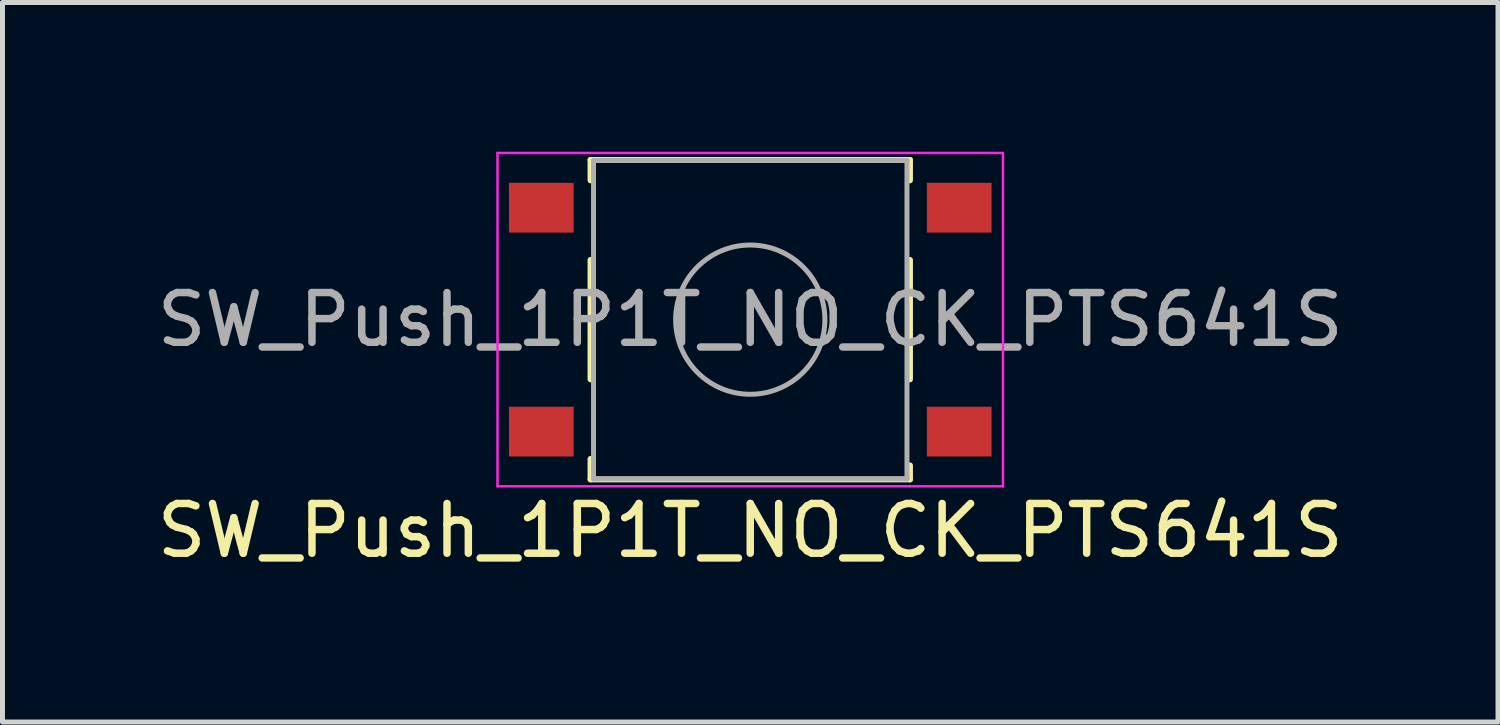
<source format=kicad_pcb>
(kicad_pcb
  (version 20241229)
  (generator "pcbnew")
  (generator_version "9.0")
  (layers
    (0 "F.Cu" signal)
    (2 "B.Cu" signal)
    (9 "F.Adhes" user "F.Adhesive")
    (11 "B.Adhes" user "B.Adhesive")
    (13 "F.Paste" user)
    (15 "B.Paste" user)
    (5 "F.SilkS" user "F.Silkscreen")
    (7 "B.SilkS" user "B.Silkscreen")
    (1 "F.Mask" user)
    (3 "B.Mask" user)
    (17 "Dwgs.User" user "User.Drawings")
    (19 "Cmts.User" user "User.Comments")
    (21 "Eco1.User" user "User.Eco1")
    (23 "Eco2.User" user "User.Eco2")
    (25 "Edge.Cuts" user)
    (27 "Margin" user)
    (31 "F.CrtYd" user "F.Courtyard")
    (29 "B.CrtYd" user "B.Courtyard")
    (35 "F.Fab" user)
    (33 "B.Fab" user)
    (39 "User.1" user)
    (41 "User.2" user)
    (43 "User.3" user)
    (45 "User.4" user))
  (footprint "SW_Push_1P1T_NO_CK_PTS641S"
    (layer "F.Cu")
    (at 12.03 3.375)
    (property "Reference" "SW_Push_1P1T_NO_CK_PTS641S" (at 0 4.24 0) (layer "F.SilkS") (effects (font (size 1 1) (thickness 0.15))))
    (attr smd)
    (fp_line (start -3.21 -3.21) (end -3.21 -2.8) (stroke (width 0.12) (type solid)) (layer "F.SilkS"))
    (fp_line (start -3.21 -1.2) (end -3.21 1.2) (stroke (width 0.12) (type solid)) (layer "F.SilkS"))
    (fp_line (start -3.21 2.8) (end -3.21 3.21) (stroke (width 0.12) (type solid)) (layer "F.SilkS"))
    (fp_line (start -3.21 3.21) (end 3.21 3.21) (stroke (width 0.12) (type solid)) (layer "F.SilkS"))
    (fp_line (start 3.21 -3.21) (end -3.21 -3.21) (stroke (width 0.12) (type solid)) (layer "F.SilkS"))
    (fp_line (start 3.21 -2.8) (end 3.21 -3.21) (stroke (width 0.12) (type solid)) (layer "F.SilkS"))
    (fp_line (start 3.21 1.2) (end 3.21 -1.2) (stroke (width 0.12) (type solid)) (layer "F.SilkS"))
    (fp_line (start 3.21 3.21) (end 3.21 2.93) (stroke (width 0.12) (type solid)) (layer "F.SilkS"))
    (fp_line (start -5.08 -3.35) (end 5.08 -3.35) (stroke (width 0.05) (type solid)) (layer "F.CrtYd"))
    (fp_line (start -5.08 3.35) (end -5.08 -3.35) (stroke (width 0.05) (type solid)) (layer "F.CrtYd"))
    (fp_line (start 5.08 -3.35) (end 5.08 3.35) (stroke (width 0.05) (type solid)) (layer "F.CrtYd"))
    (fp_line (start 5.08 3.35) (end -5.08 3.35) (stroke (width 0.05) (type solid)) (layer "F.CrtYd"))
    (fp_line (start -3.15 -3.2) (end 3.15 -3.2) (stroke (width 0.1) (type solid)) (layer "F.Fab"))
    (fp_line (start -3.15 3.2) (end -3.15 -3.2) (stroke (width 0.1) (type solid)) (layer "F.Fab"))
    (fp_line (start 3.15 -3.2) (end 3.15 3.2) (stroke (width 0.1) (type solid)) (layer "F.Fab"))
    (fp_line (start 3.15 3.2) (end -3.15 3.2) (stroke (width 0.1) (type solid)) (layer "F.Fab"))
    (fp_circle (center 0 0) (end 1.5 0) (stroke (width 0.1) (type solid)) (fill no) (layer "F.Fab"))
    (fp_text user "${REFERENCE}" (at 0 0 0) (layer "F.Fab") (effects (font (size 1 1) (thickness 0.15))))
    (pad "1" smd rect (at -4.2 -2.25) (size 1.3 1) (layers "F.Cu" "F.Mask" "F.Paste"))
    (pad "1" smd rect (at 4.2 -2.25) (size 1.3 1) (layers "F.Cu" "F.Mask" "F.Paste"))
    (pad "2" smd rect (at -4.2 2.25) (size 1.3 1) (layers "F.Cu" "F.Mask" "F.Paste"))
    (pad "2" smd rect (at 4.2 2.25) (size 1.3 1) (layers "F.Cu" "F.Mask" "F.Paste")))
  (gr_rect
    (start -3 -3)
    (end 27.06 11.463)
    (stroke (width 0.1) (type default))
    (fill no)
    (layer "Edge.Cuts")))
</source>
